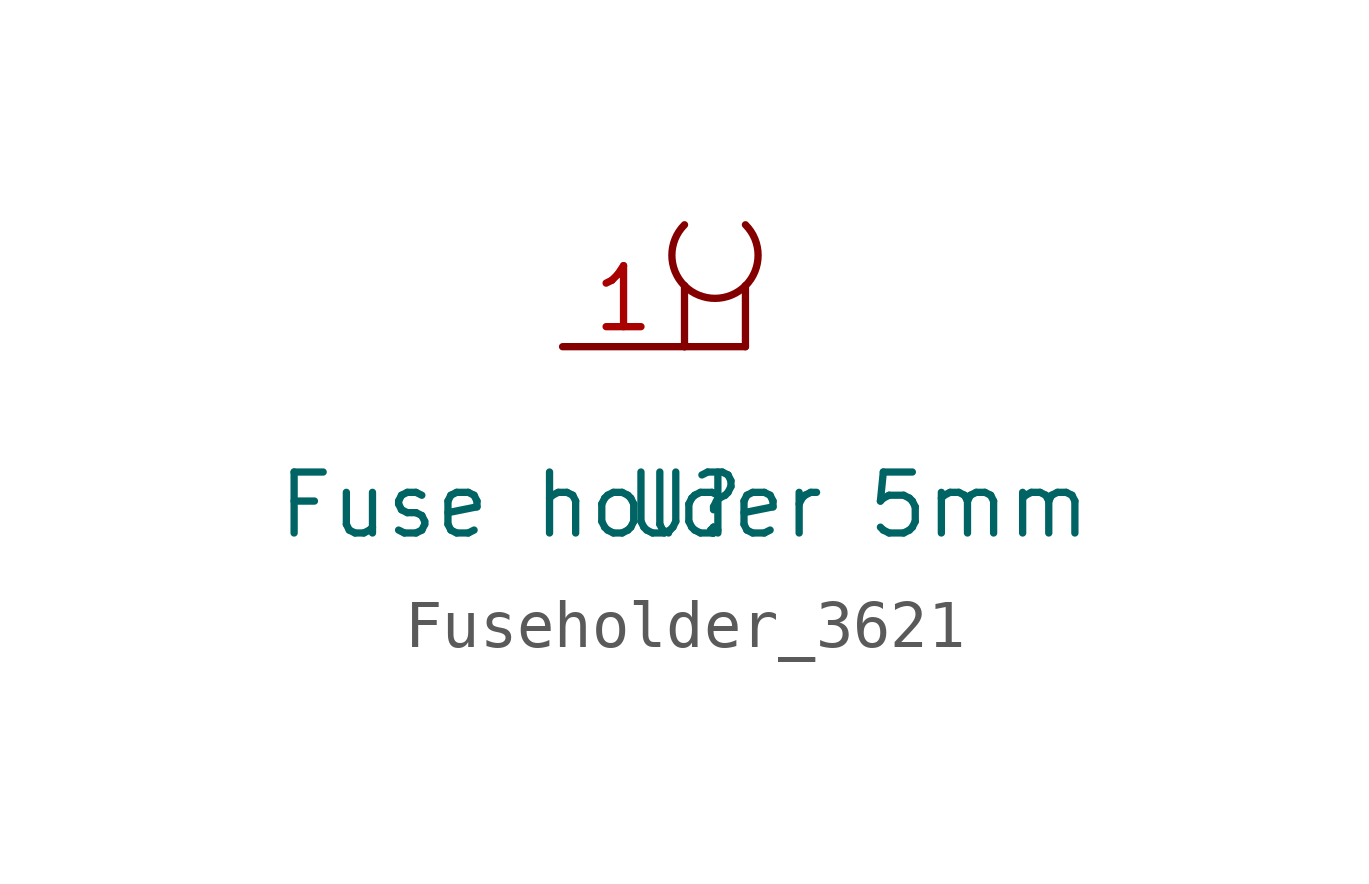
<source format=kicad_sym>
(kicad_symbol_lib
  (version 20231120)
  (generator "kicad_symbol_editor")
  (generator_version "8.0")
  (symbol "Fuseholder_3621"
    (property "Reference" "U"
      (at 0 -3.302 0)
      (effects (font (size 1.27 1.27))))
    (property "Value" "Fuse holder 5mm"
      (at 0 -3.302 0)
      (effects (font (size 1.27 1.27))))
    (symbol "Fuseholder_3621_1_1"
      (polyline (pts (xy 0 1.27) (xy 0 0)) (stroke (width 0) (type default)) (fill (type none)))
      (polyline (pts (xy 1.27 0) (xy 0 0)) (stroke (width 0) (type default)) (fill (type none)))
      (polyline (pts (xy 1.27 1.27) (xy 1.27 0)) (stroke (width 0) (type default)) (fill (type none)))
      (arc (start 0 1.27) (mid 0.635 1.007) (end 1.27 1.27) (stroke (width 0) (type default)) (fill (type none)))
      (arc (start 0 2.54) (mid -0.263 1.905) (end 0 1.27) (stroke (width 0) (type default)) (fill (type none)))
      (arc (start 1.27 1.27) (mid 1.533 1.905) (end 1.27 2.54) (stroke (width 0) (type default)) (fill (type none)))
      (pin passive line (at -2.54 0 0) (length 2.54) (name "" (effects (font (size 1.27 1.27)))) (number "1" (effects (font (size 1.27 1.27)))))
      (pin passive line (at -2.54 0 0) (length 2.54) hide (name "" (effects (font (size 1.27 1.27)))) (number "2" (effects (font (size 1.27 1.27))))))))
</source>
